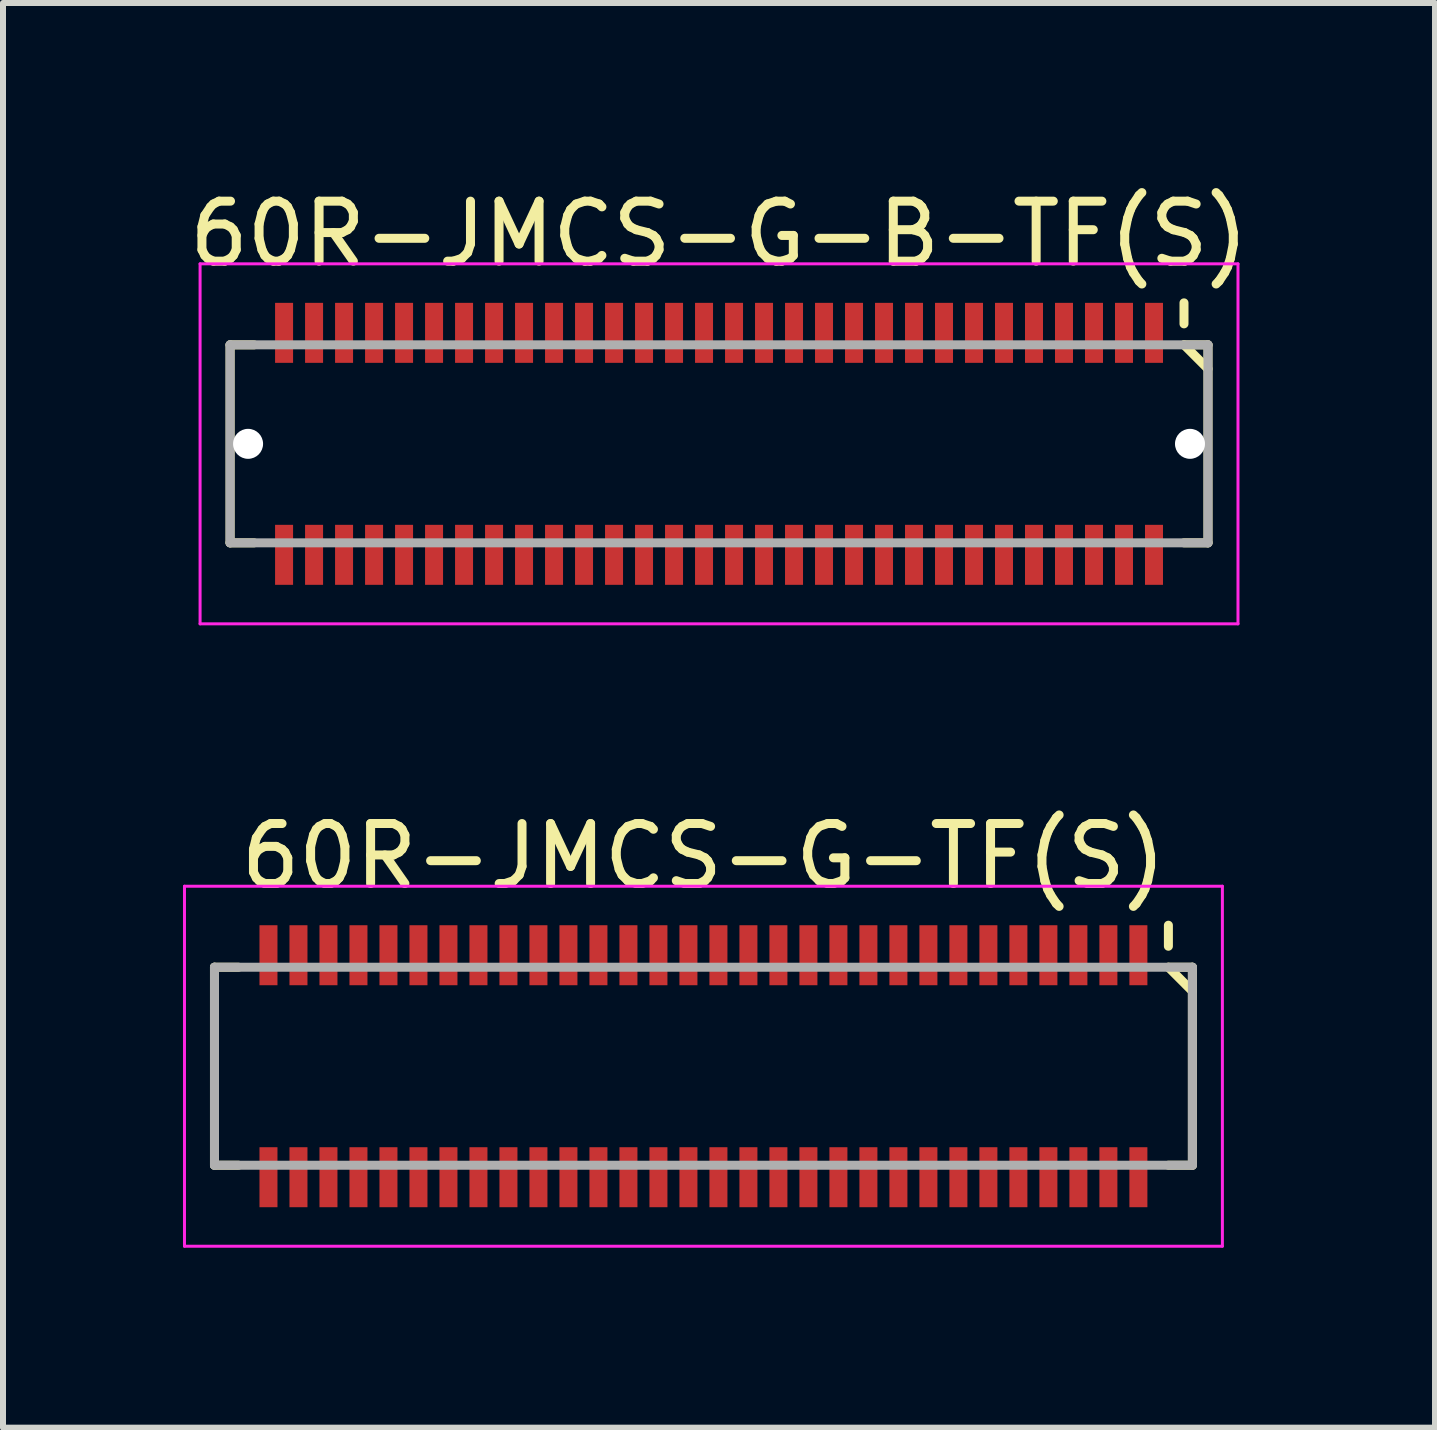
<source format=kicad_pcb>
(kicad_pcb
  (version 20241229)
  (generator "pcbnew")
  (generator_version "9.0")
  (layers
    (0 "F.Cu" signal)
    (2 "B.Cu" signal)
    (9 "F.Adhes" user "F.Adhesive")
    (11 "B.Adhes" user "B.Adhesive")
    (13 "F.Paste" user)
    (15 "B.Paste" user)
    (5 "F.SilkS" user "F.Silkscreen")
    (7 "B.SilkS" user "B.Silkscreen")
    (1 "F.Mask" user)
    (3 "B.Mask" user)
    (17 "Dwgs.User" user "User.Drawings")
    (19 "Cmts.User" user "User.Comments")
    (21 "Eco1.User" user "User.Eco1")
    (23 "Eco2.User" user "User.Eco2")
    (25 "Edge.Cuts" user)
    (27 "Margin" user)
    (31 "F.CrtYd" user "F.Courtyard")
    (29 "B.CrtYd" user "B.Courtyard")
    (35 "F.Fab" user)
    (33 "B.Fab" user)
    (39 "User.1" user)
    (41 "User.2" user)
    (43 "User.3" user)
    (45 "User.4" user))
  (footprint "60R-JMCS-G-TF(S)"
    (layer "F.Cu")
    (at 8.675 14.722)
    (property "Reference" "60R-JMCS-G-TF(S)" (at 0 -3.5 0) (layer "F.SilkS") (effects (font (size 1 1) (thickness 0.15))))
    (attr smd)
    (fp_line (start -8.15 -1.65) (end -8.15 1.65) (stroke (width 0.15) (type solid)) (layer "F.SilkS"))
    (fp_line (start -8.15 -1.65) (end -7.75 -1.65) (stroke (width 0.15) (type solid)) (layer "F.SilkS"))
    (fp_line (start -8.15 1.65) (end -7.75 1.65) (stroke (width 0.15) (type solid)) (layer "F.SilkS"))
    (fp_line (start 7.75 -2.35) (end 7.75 -2) (stroke (width 0.15) (type solid)) (layer "F.SilkS"))
    (fp_line (start 7.75 -1.65) (end 8.15 -1.65) (stroke (width 0.15) (type solid)) (layer "F.SilkS"))
    (fp_line (start 7.75 -1.65) (end 8.15 -1.25) (stroke (width 0.15) (type solid)) (layer "F.SilkS"))
    (fp_line (start 7.75 1.65) (end 8.15 1.65) (stroke (width 0.15) (type solid)) (layer "F.SilkS"))
    (fp_line (start 8.15 -1.65) (end 8.15 1.65) (stroke (width 0.15) (type solid)) (layer "F.SilkS"))
    (fp_line (start -8.65 -3) (end -8.65 3) (stroke (width 0.05) (type solid)) (layer "F.CrtYd"))
    (fp_line (start -8.65 -3) (end 8.65 -3) (stroke (width 0.05) (type solid)) (layer "F.CrtYd"))
    (fp_line (start -8.65 3) (end 8.65 3) (stroke (width 0.05) (type solid)) (layer "F.CrtYd"))
    (fp_line (start 8.65 -3) (end 8.65 3) (stroke (width 0.05) (type solid)) (layer "F.CrtYd"))
    (fp_line (start -8.15 -1.65) (end -8.15 1.65) (stroke (width 0.15) (type solid)) (layer "F.Fab"))
    (fp_line (start -8.15 -1.65) (end 8.15 -1.65) (stroke (width 0.15) (type solid)) (layer "F.Fab"))
    (fp_line (start -8.15 1.65) (end 8.15 1.65) (stroke (width 0.15) (type solid)) (layer "F.Fab"))
    (fp_line (start 8.15 -1.65) (end 8.15 1.65) (stroke (width 0.15) (type solid)) (layer "F.Fab"))
    (pad "1" smd rect (at 7.25 -1.85) (size 0.3 1) (layers "F.Cu" "F.Mask" "F.Paste"))
    (pad "2" smd rect (at 7.25 1.85) (size 0.3 1) (layers "F.Cu" "F.Mask" "F.Paste"))
    (pad "3" smd rect (at 6.75 -1.85) (size 0.3 1) (layers "F.Cu" "F.Mask" "F.Paste"))
    (pad "4" smd rect (at 6.75 1.85) (size 0.3 1) (layers "F.Cu" "F.Mask" "F.Paste"))
    (pad "5" smd rect (at 6.25 -1.85) (size 0.3 1) (layers "F.Cu" "F.Mask" "F.Paste"))
    (pad "6" smd rect (at 6.25 1.85) (size 0.3 1) (layers "F.Cu" "F.Mask" "F.Paste"))
    (pad "7" smd rect (at 5.75 -1.85) (size 0.3 1) (layers "F.Cu" "F.Mask" "F.Paste"))
    (pad "8" smd rect (at 5.75 1.85) (size 0.3 1) (layers "F.Cu" "F.Mask" "F.Paste"))
    (pad "9" smd rect (at 5.25 -1.85) (size 0.3 1) (layers "F.Cu" "F.Mask" "F.Paste"))
    (pad "10" smd rect (at 5.25 1.85) (size 0.3 1) (layers "F.Cu" "F.Mask" "F.Paste"))
    (pad "11" smd rect (at 4.75 -1.85) (size 0.3 1) (layers "F.Cu" "F.Mask" "F.Paste"))
    (pad "12" smd rect (at 4.75 1.85) (size 0.3 1) (layers "F.Cu" "F.Mask" "F.Paste"))
    (pad "13" smd rect (at 4.25 -1.85) (size 0.3 1) (layers "F.Cu" "F.Mask" "F.Paste"))
    (pad "14" smd rect (at 4.25 1.85) (size 0.3 1) (layers "F.Cu" "F.Mask" "F.Paste"))
    (pad "15" smd rect (at 3.75 -1.85) (size 0.3 1) (layers "F.Cu" "F.Mask" "F.Paste"))
    (pad "16" smd rect (at 3.75 1.85) (size 0.3 1) (layers "F.Cu" "F.Mask" "F.Paste"))
    (pad "17" smd rect (at 3.25 -1.85) (size 0.3 1) (layers "F.Cu" "F.Mask" "F.Paste"))
    (pad "18" smd rect (at 3.25 1.85) (size 0.3 1) (layers "F.Cu" "F.Mask" "F.Paste"))
    (pad "19" smd rect (at 2.75 -1.85) (size 0.3 1) (layers "F.Cu" "F.Mask" "F.Paste"))
    (pad "20" smd rect (at 2.75 1.85) (size 0.3 1) (layers "F.Cu" "F.Mask" "F.Paste"))
    (pad "21" smd rect (at 2.25 -1.85) (size 0.3 1) (layers "F.Cu" "F.Mask" "F.Paste"))
    (pad "22" smd rect (at 2.25 1.85) (size 0.3 1) (layers "F.Cu" "F.Mask" "F.Paste"))
    (pad "23" smd rect (at 1.75 -1.85) (size 0.3 1) (layers "F.Cu" "F.Mask" "F.Paste"))
    (pad "24" smd rect (at 1.75 1.85) (size 0.3 1) (layers "F.Cu" "F.Mask" "F.Paste"))
    (pad "25" smd rect (at 1.25 -1.85) (size 0.3 1) (layers "F.Cu" "F.Mask" "F.Paste"))
    (pad "26" smd rect (at 1.25 1.85) (size 0.3 1) (layers "F.Cu" "F.Mask" "F.Paste"))
    (pad "27" smd rect (at 0.75 -1.85) (size 0.3 1) (layers "F.Cu" "F.Mask" "F.Paste"))
    (pad "28" smd rect (at 0.75 1.85) (size 0.3 1) (layers "F.Cu" "F.Mask" "F.Paste"))
    (pad "29" smd rect (at 0.25 -1.85) (size 0.3 1) (layers "F.Cu" "F.Mask" "F.Paste"))
    (pad "30" smd rect (at 0.25 1.85) (size 0.3 1) (layers "F.Cu" "F.Mask" "F.Paste"))
    (pad "31" smd rect (at -0.25 -1.85) (size 0.3 1) (layers "F.Cu" "F.Mask" "F.Paste"))
    (pad "32" smd rect (at -0.25 1.85) (size 0.3 1) (layers "F.Cu" "F.Mask" "F.Paste"))
    (pad "33" smd rect (at -0.75 -1.85) (size 0.3 1) (layers "F.Cu" "F.Mask" "F.Paste"))
    (pad "34" smd rect (at -0.75 1.85) (size 0.3 1) (layers "F.Cu" "F.Mask" "F.Paste"))
    (pad "35" smd rect (at -1.25 -1.85) (size 0.3 1) (layers "F.Cu" "F.Mask" "F.Paste"))
    (pad "36" smd rect (at -1.25 1.85) (size 0.3 1) (layers "F.Cu" "F.Mask" "F.Paste"))
    (pad "37" smd rect (at -1.75 -1.85) (size 0.3 1) (layers "F.Cu" "F.Mask" "F.Paste"))
    (pad "38" smd rect (at -1.75 1.85) (size 0.3 1) (layers "F.Cu" "F.Mask" "F.Paste"))
    (pad "39" smd rect (at -2.25 -1.85) (size 0.3 1) (layers "F.Cu" "F.Mask" "F.Paste"))
    (pad "40" smd rect (at -2.25 1.85) (size 0.3 1) (layers "F.Cu" "F.Mask" "F.Paste"))
    (pad "41" smd rect (at -2.75 -1.85) (size 0.3 1) (layers "F.Cu" "F.Mask" "F.Paste"))
    (pad "42" smd rect (at -2.75 1.85) (size 0.3 1) (layers "F.Cu" "F.Mask" "F.Paste"))
    (pad "43" smd rect (at -3.25 -1.85) (size 0.3 1) (layers "F.Cu" "F.Mask" "F.Paste"))
    (pad "44" smd rect (at -3.25 1.85) (size 0.3 1) (layers "F.Cu" "F.Mask" "F.Paste"))
    (pad "45" smd rect (at -3.75 -1.85) (size 0.3 1) (layers "F.Cu" "F.Mask" "F.Paste"))
    (pad "46" smd rect (at -3.75 1.85) (size 0.3 1) (layers "F.Cu" "F.Mask" "F.Paste"))
    (pad "47" smd rect (at -4.25 -1.85) (size 0.3 1) (layers "F.Cu" "F.Mask" "F.Paste"))
    (pad "48" smd rect (at -4.25 1.85) (size 0.3 1) (layers "F.Cu" "F.Mask" "F.Paste"))
    (pad "49" smd rect (at -4.75 -1.85) (size 0.3 1) (layers "F.Cu" "F.Mask" "F.Paste"))
    (pad "50" smd rect (at -4.75 1.85) (size 0.3 1) (layers "F.Cu" "F.Mask" "F.Paste"))
    (pad "51" smd rect (at -5.25 -1.85) (size 0.3 1) (layers "F.Cu" "F.Mask" "F.Paste"))
    (pad "52" smd rect (at -5.25 1.85) (size 0.3 1) (layers "F.Cu" "F.Mask" "F.Paste"))
    (pad "53" smd rect (at -5.75 -1.85) (size 0.3 1) (layers "F.Cu" "F.Mask" "F.Paste"))
    (pad "54" smd rect (at -5.75 1.85) (size 0.3 1) (layers "F.Cu" "F.Mask" "F.Paste"))
    (pad "55" smd rect (at -6.25 -1.85) (size 0.3 1) (layers "F.Cu" "F.Mask" "F.Paste"))
    (pad "56" smd rect (at -6.25 1.85) (size 0.3 1) (layers "F.Cu" "F.Mask" "F.Paste"))
    (pad "57" smd rect (at -6.75 -1.85) (size 0.3 1) (layers "F.Cu" "F.Mask" "F.Paste"))
    (pad "58" smd rect (at -6.75 1.85) (size 0.3 1) (layers "F.Cu" "F.Mask" "F.Paste"))
    (pad "59" smd rect (at -7.25 -1.85) (size 0.3 1) (layers "F.Cu" "F.Mask" "F.Paste"))
    (pad "60" smd rect (at -7.25 1.85) (size 0.3 1) (layers "F.Cu" "F.Mask" "F.Paste")))
  (footprint "60R-JMCS-G-B-TF(S)"
    (layer "F.Cu")
    (at 8.935 4.348)
    (property "Reference" "60R-JMCS-G-B-TF(S)" (at 0 -3.5 0) (layer "F.SilkS") (effects (font (size 1 1) (thickness 0.15))))
    (attr smd)
    (fp_line (start -8.15 -1.65) (end -8.15 1.65) (stroke (width 0.15) (type solid)) (layer "F.SilkS"))
    (fp_line (start -8.15 -1.65) (end -7.75 -1.65) (stroke (width 0.15) (type solid)) (layer "F.SilkS"))
    (fp_line (start -8.15 1.65) (end -7.75 1.65) (stroke (width 0.15) (type solid)) (layer "F.SilkS"))
    (fp_line (start 7.75 -2.35) (end 7.75 -2) (stroke (width 0.15) (type solid)) (layer "F.SilkS"))
    (fp_line (start 7.75 -1.65) (end 8.15 -1.65) (stroke (width 0.15) (type solid)) (layer "F.SilkS"))
    (fp_line (start 7.75 -1.65) (end 8.15 -1.25) (stroke (width 0.15) (type solid)) (layer "F.SilkS"))
    (fp_line (start 7.75 1.65) (end 8.15 1.65) (stroke (width 0.15) (type solid)) (layer "F.SilkS"))
    (fp_line (start 8.15 -1.65) (end 8.15 1.65) (stroke (width 0.15) (type solid)) (layer "F.SilkS"))
    (fp_line (start -8.65 -3) (end -8.65 3) (stroke (width 0.05) (type solid)) (layer "F.CrtYd"))
    (fp_line (start -8.65 -3) (end 8.65 -3) (stroke (width 0.05) (type solid)) (layer "F.CrtYd"))
    (fp_line (start -8.65 3) (end 8.65 3) (stroke (width 0.05) (type solid)) (layer "F.CrtYd"))
    (fp_line (start 8.65 -3) (end 8.65 3) (stroke (width 0.05) (type solid)) (layer "F.CrtYd"))
    (fp_line (start -8.15 -1.65) (end -8.15 1.65) (stroke (width 0.15) (type solid)) (layer "F.Fab"))
    (fp_line (start -8.15 -1.65) (end 8.15 -1.65) (stroke (width 0.15) (type solid)) (layer "F.Fab"))
    (fp_line (start -8.15 1.65) (end 8.15 1.65) (stroke (width 0.15) (type solid)) (layer "F.Fab"))
    (fp_line (start 8.15 -1.65) (end 8.15 1.65) (stroke (width 0.15) (type solid)) (layer "F.Fab"))
    (pad "" np_thru_hole circle (at -7.85 0) (size 0.5 0.5) (drill 0.5) (layers "*.Cu" "*.Mask"))
    (pad "" np_thru_hole circle (at 7.85 0) (size 0.5 0.5) (drill 0.5) (layers "*.Cu" "*.Mask"))
    (pad "1" smd rect (at 7.25 -1.85) (size 0.3 1) (layers "F.Cu" "F.Mask" "F.Paste"))
    (pad "2" smd rect (at 7.25 1.85) (size 0.3 1) (layers "F.Cu" "F.Mask" "F.Paste"))
    (pad "3" smd rect (at 6.75 -1.85) (size 0.3 1) (layers "F.Cu" "F.Mask" "F.Paste"))
    (pad "4" smd rect (at 6.75 1.85) (size 0.3 1) (layers "F.Cu" "F.Mask" "F.Paste"))
    (pad "5" smd rect (at 6.25 -1.85) (size 0.3 1) (layers "F.Cu" "F.Mask" "F.Paste"))
    (pad "6" smd rect (at 6.25 1.85) (size 0.3 1) (layers "F.Cu" "F.Mask" "F.Paste"))
    (pad "7" smd rect (at 5.75 -1.85) (size 0.3 1) (layers "F.Cu" "F.Mask" "F.Paste"))
    (pad "8" smd rect (at 5.75 1.85) (size 0.3 1) (layers "F.Cu" "F.Mask" "F.Paste"))
    (pad "9" smd rect (at 5.25 -1.85) (size 0.3 1) (layers "F.Cu" "F.Mask" "F.Paste"))
    (pad "10" smd rect (at 5.25 1.85) (size 0.3 1) (layers "F.Cu" "F.Mask" "F.Paste"))
    (pad "11" smd rect (at 4.75 -1.85) (size 0.3 1) (layers "F.Cu" "F.Mask" "F.Paste"))
    (pad "12" smd rect (at 4.75 1.85) (size 0.3 1) (layers "F.Cu" "F.Mask" "F.Paste"))
    (pad "13" smd rect (at 4.25 -1.85) (size 0.3 1) (layers "F.Cu" "F.Mask" "F.Paste"))
    (pad "14" smd rect (at 4.25 1.85) (size 0.3 1) (layers "F.Cu" "F.Mask" "F.Paste"))
    (pad "15" smd rect (at 3.75 -1.85) (size 0.3 1) (layers "F.Cu" "F.Mask" "F.Paste"))
    (pad "16" smd rect (at 3.75 1.85) (size 0.3 1) (layers "F.Cu" "F.Mask" "F.Paste"))
    (pad "17" smd rect (at 3.25 -1.85) (size 0.3 1) (layers "F.Cu" "F.Mask" "F.Paste"))
    (pad "18" smd rect (at 3.25 1.85) (size 0.3 1) (layers "F.Cu" "F.Mask" "F.Paste"))
    (pad "19" smd rect (at 2.75 -1.85) (size 0.3 1) (layers "F.Cu" "F.Mask" "F.Paste"))
    (pad "20" smd rect (at 2.75 1.85) (size 0.3 1) (layers "F.Cu" "F.Mask" "F.Paste"))
    (pad "21" smd rect (at 2.25 -1.85) (size 0.3 1) (layers "F.Cu" "F.Mask" "F.Paste"))
    (pad "22" smd rect (at 2.25 1.85) (size 0.3 1) (layers "F.Cu" "F.Mask" "F.Paste"))
    (pad "23" smd rect (at 1.75 -1.85) (size 0.3 1) (layers "F.Cu" "F.Mask" "F.Paste"))
    (pad "24" smd rect (at 1.75 1.85) (size 0.3 1) (layers "F.Cu" "F.Mask" "F.Paste"))
    (pad "25" smd rect (at 1.25 -1.85) (size 0.3 1) (layers "F.Cu" "F.Mask" "F.Paste"))
    (pad "26" smd rect (at 1.25 1.85) (size 0.3 1) (layers "F.Cu" "F.Mask" "F.Paste"))
    (pad "27" smd rect (at 0.75 -1.85) (size 0.3 1) (layers "F.Cu" "F.Mask" "F.Paste"))
    (pad "28" smd rect (at 0.75 1.85) (size 0.3 1) (layers "F.Cu" "F.Mask" "F.Paste"))
    (pad "29" smd rect (at 0.25 -1.85) (size 0.3 1) (layers "F.Cu" "F.Mask" "F.Paste"))
    (pad "30" smd rect (at 0.25 1.85) (size 0.3 1) (layers "F.Cu" "F.Mask" "F.Paste"))
    (pad "31" smd rect (at -0.25 -1.85) (size 0.3 1) (layers "F.Cu" "F.Mask" "F.Paste"))
    (pad "32" smd rect (at -0.25 1.85) (size 0.3 1) (layers "F.Cu" "F.Mask" "F.Paste"))
    (pad "33" smd rect (at -0.75 -1.85) (size 0.3 1) (layers "F.Cu" "F.Mask" "F.Paste"))
    (pad "34" smd rect (at -0.75 1.85) (size 0.3 1) (layers "F.Cu" "F.Mask" "F.Paste"))
    (pad "35" smd rect (at -1.25 -1.85) (size 0.3 1) (layers "F.Cu" "F.Mask" "F.Paste"))
    (pad "36" smd rect (at -1.25 1.85) (size 0.3 1) (layers "F.Cu" "F.Mask" "F.Paste"))
    (pad "37" smd rect (at -1.75 -1.85) (size 0.3 1) (layers "F.Cu" "F.Mask" "F.Paste"))
    (pad "38" smd rect (at -1.75 1.85) (size 0.3 1) (layers "F.Cu" "F.Mask" "F.Paste"))
    (pad "39" smd rect (at -2.25 -1.85) (size 0.3 1) (layers "F.Cu" "F.Mask" "F.Paste"))
    (pad "40" smd rect (at -2.25 1.85) (size 0.3 1) (layers "F.Cu" "F.Mask" "F.Paste"))
    (pad "41" smd rect (at -2.75 -1.85) (size 0.3 1) (layers "F.Cu" "F.Mask" "F.Paste"))
    (pad "42" smd rect (at -2.75 1.85) (size 0.3 1) (layers "F.Cu" "F.Mask" "F.Paste"))
    (pad "43" smd rect (at -3.25 -1.85) (size 0.3 1) (layers "F.Cu" "F.Mask" "F.Paste"))
    (pad "44" smd rect (at -3.25 1.85) (size 0.3 1) (layers "F.Cu" "F.Mask" "F.Paste"))
    (pad "45" smd rect (at -3.75 -1.85) (size 0.3 1) (layers "F.Cu" "F.Mask" "F.Paste"))
    (pad "46" smd rect (at -3.75 1.85) (size 0.3 1) (layers "F.Cu" "F.Mask" "F.Paste"))
    (pad "47" smd rect (at -4.25 -1.85) (size 0.3 1) (layers "F.Cu" "F.Mask" "F.Paste"))
    (pad "48" smd rect (at -4.25 1.85) (size 0.3 1) (layers "F.Cu" "F.Mask" "F.Paste"))
    (pad "49" smd rect (at -4.75 -1.85) (size 0.3 1) (layers "F.Cu" "F.Mask" "F.Paste"))
    (pad "50" smd rect (at -4.75 1.85) (size 0.3 1) (layers "F.Cu" "F.Mask" "F.Paste"))
    (pad "51" smd rect (at -5.25 -1.85) (size 0.3 1) (layers "F.Cu" "F.Mask" "F.Paste"))
    (pad "52" smd rect (at -5.25 1.85) (size 0.3 1) (layers "F.Cu" "F.Mask" "F.Paste"))
    (pad "53" smd rect (at -5.75 -1.85) (size 0.3 1) (layers "F.Cu" "F.Mask" "F.Paste"))
    (pad "54" smd rect (at -5.75 1.85) (size 0.3 1) (layers "F.Cu" "F.Mask" "F.Paste"))
    (pad "55" smd rect (at -6.25 -1.85) (size 0.3 1) (layers "F.Cu" "F.Mask" "F.Paste"))
    (pad "56" smd rect (at -6.25 1.85) (size 0.3 1) (layers "F.Cu" "F.Mask" "F.Paste"))
    (pad "57" smd rect (at -6.75 -1.85) (size 0.3 1) (layers "F.Cu" "F.Mask" "F.Paste"))
    (pad "58" smd rect (at -6.75 1.85) (size 0.3 1) (layers "F.Cu" "F.Mask" "F.Paste"))
    (pad "59" smd rect (at -7.25 -1.85) (size 0.3 1) (layers "F.Cu" "F.Mask" "F.Paste"))
    (pad "60" smd rect (at -7.25 1.85) (size 0.3 1) (layers "F.Cu" "F.Mask" "F.Paste")))
  (gr_rect
    (start -3 -3)
    (end 20.869 20.747)
    (stroke (width 0.1) (type default))
    (fill no)
    (layer "Edge.Cuts")))
</source>
